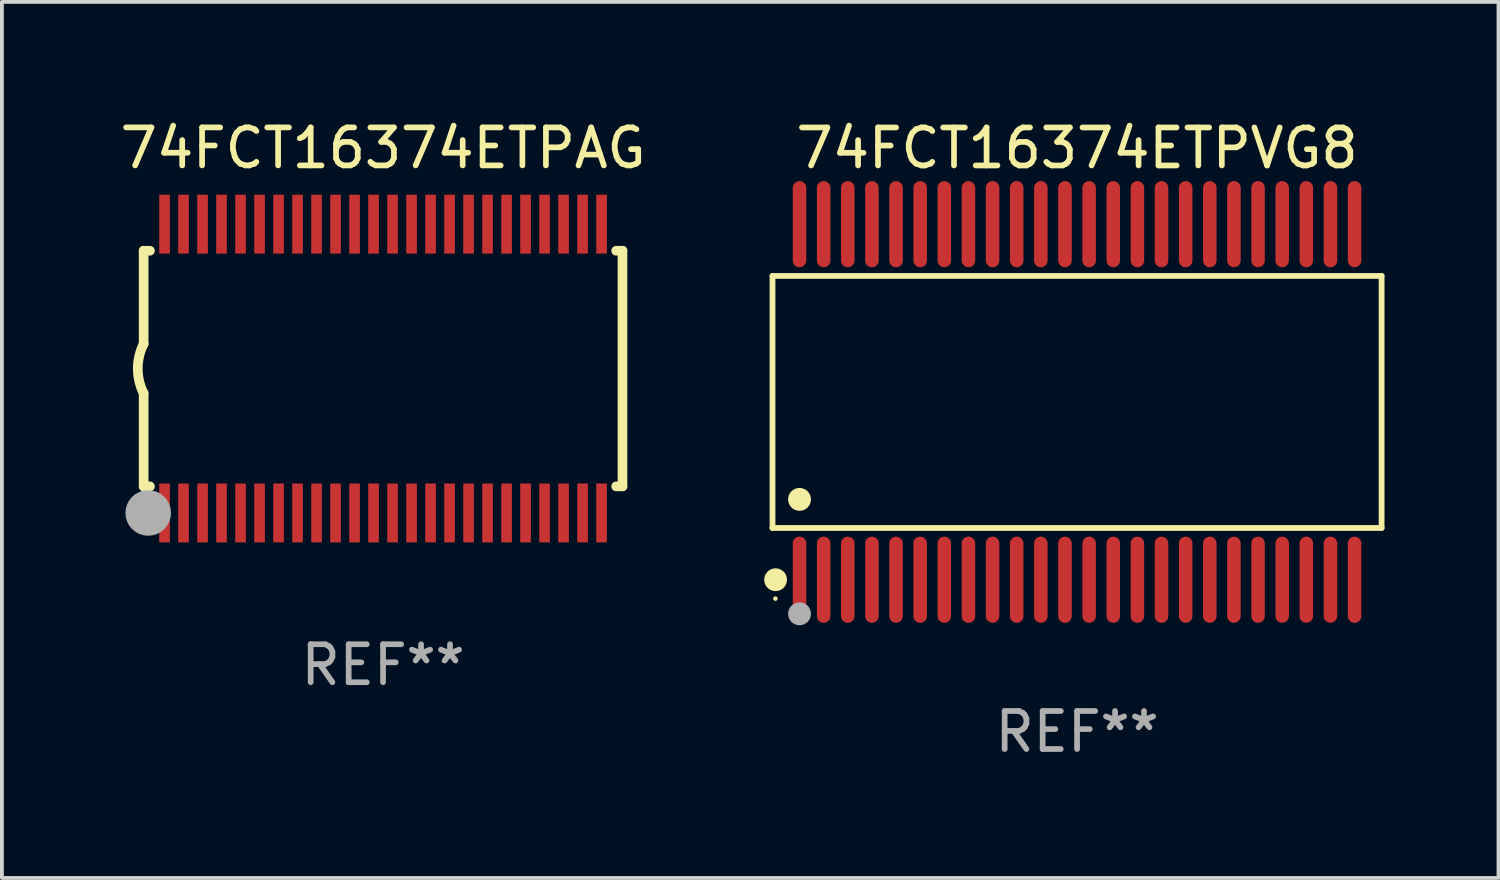
<source format=kicad_pcb>
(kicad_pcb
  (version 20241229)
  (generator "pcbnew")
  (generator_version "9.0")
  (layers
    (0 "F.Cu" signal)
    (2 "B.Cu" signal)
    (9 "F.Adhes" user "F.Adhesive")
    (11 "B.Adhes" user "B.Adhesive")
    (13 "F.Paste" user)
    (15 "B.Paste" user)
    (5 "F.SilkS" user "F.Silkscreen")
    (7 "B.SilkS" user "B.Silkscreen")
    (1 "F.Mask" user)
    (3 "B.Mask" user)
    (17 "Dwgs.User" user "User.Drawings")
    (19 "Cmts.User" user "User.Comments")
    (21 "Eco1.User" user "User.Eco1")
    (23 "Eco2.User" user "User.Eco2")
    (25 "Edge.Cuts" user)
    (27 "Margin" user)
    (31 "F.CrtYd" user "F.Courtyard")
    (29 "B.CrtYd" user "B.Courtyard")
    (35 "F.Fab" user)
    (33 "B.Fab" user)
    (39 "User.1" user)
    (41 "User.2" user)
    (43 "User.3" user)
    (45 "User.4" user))
  (footprint "74FCT16374ETPAG"
    (layer "F.Cu")
    (at 7.03 6.648)
    (property "Reference" "74FCT16374ETPAG" (at 0 -5.8 0) (layer "F.SilkS") (effects (font (size 1 1) (thickness 0.15))))
    (attr through_hole)
    (fp_line (start -6.3 -3.1) (end -6.3 -0.65) (stroke (width 0.254) (type solid)) (layer "F.SilkS"))
    (fp_line (start -6.3 -3.1) (end -6.134 -3.1) (stroke (width 0.254) (type solid)) (layer "F.SilkS"))
    (fp_line (start -6.3 3.1) (end -6.3 0.65) (stroke (width 0.254) (type solid)) (layer "F.SilkS"))
    (fp_line (start -6.3 3.1) (end -6.134 3.1) (stroke (width 0.254) (type solid)) (layer "F.SilkS"))
    (fp_line (start 6.134 -3.1) (end 6.3 -3.1) (stroke (width 0.254) (type solid)) (layer "F.SilkS"))
    (fp_line (start 6.134 3.1) (end 6.3 3.1) (stroke (width 0.254) (type solid)) (layer "F.SilkS"))
    (fp_line (start 6.3 -3.1) (end 6.3 3.1) (stroke (width 0.254) (type solid)) (layer "F.SilkS"))
    (fp_arc (start -6.301016 0.650114) (mid -6.45413 -0.000082) (end -6.3 -0.650038) (stroke (width 0.254001) (type solid)) (layer "F.SilkS"))
    (fp_circle (center -6.35 3.81) (end -6.223 3.81) (stroke (width 0.254) (type solid)) (fill no) (layer "F.SilkS"))
    (fp_circle (center -6.25 4.05) (end -6.22 4.05) (stroke (width 0.06) (type solid)) (fill no) (layer "F.SilkS"))
    (fp_circle (center -6.18 3.8) (end -5.88 3.8) (stroke (width 0.6) (type solid)) (fill no) (layer "F.Fab"))
    (fp_text user "REF**" (at 0 7.8 0) (layer "F.Fab") (effects (font (size 1 1) (thickness 0.15))))
    (pad "1" smd rect (at -5.75 3.8) (size 0.28 1.55) (layers "F.Cu" "F.Mask" "F.Paste"))
    (pad "2" smd rect (at -5.25 3.8) (size 0.28 1.55) (layers "F.Cu" "F.Mask" "F.Paste"))
    (pad "3" smd rect (at -4.75 3.8) (size 0.28 1.55) (layers "F.Cu" "F.Mask" "F.Paste"))
    (pad "4" smd rect (at -4.25 3.8) (size 0.28 1.55) (layers "F.Cu" "F.Mask" "F.Paste"))
    (pad "5" smd rect (at -3.75 3.8) (size 0.28 1.55) (layers "F.Cu" "F.Mask" "F.Paste"))
    (pad "6" smd rect (at -3.25 3.8) (size 0.28 1.55) (layers "F.Cu" "F.Mask" "F.Paste"))
    (pad "7" smd rect (at -2.75 3.8) (size 0.28 1.55) (layers "F.Cu" "F.Mask" "F.Paste"))
    (pad "8" smd rect (at -2.25 3.8) (size 0.28 1.55) (layers "F.Cu" "F.Mask" "F.Paste"))
    (pad "9" smd rect (at -1.75 3.8) (size 0.28 1.55) (layers "F.Cu" "F.Mask" "F.Paste"))
    (pad "10" smd rect (at -1.25 3.8) (size 0.28 1.55) (layers "F.Cu" "F.Mask" "F.Paste"))
    (pad "11" smd rect (at -0.75 3.8) (size 0.28 1.55) (layers "F.Cu" "F.Mask" "F.Paste"))
    (pad "12" smd rect (at -0.25 3.8) (size 0.28 1.55) (layers "F.Cu" "F.Mask" "F.Paste"))
    (pad "13" smd rect (at 0.25 3.8) (size 0.28 1.55) (layers "F.Cu" "F.Mask" "F.Paste"))
    (pad "14" smd rect (at 0.75 3.8) (size 0.28 1.55) (layers "F.Cu" "F.Mask" "F.Paste"))
    (pad "15" smd rect (at 1.25 3.8) (size 0.28 1.55) (layers "F.Cu" "F.Mask" "F.Paste"))
    (pad "16" smd rect (at 1.75 3.8) (size 0.28 1.55) (layers "F.Cu" "F.Mask" "F.Paste"))
    (pad "17" smd rect (at 2.25 3.8) (size 0.28 1.55) (layers "F.Cu" "F.Mask" "F.Paste"))
    (pad "18" smd rect (at 2.75 3.8) (size 0.28 1.55) (layers "F.Cu" "F.Mask" "F.Paste"))
    (pad "19" smd rect (at 3.25 3.8) (size 0.28 1.55) (layers "F.Cu" "F.Mask" "F.Paste"))
    (pad "20" smd rect (at 3.75 3.8) (size 0.28 1.55) (layers "F.Cu" "F.Mask" "F.Paste"))
    (pad "21" smd rect (at 4.25 3.8) (size 0.28 1.55) (layers "F.Cu" "F.Mask" "F.Paste"))
    (pad "22" smd rect (at 4.75 3.8) (size 0.28 1.55) (layers "F.Cu" "F.Mask" "F.Paste"))
    (pad "23" smd rect (at 5.25 3.8) (size 0.28 1.55) (layers "F.Cu" "F.Mask" "F.Paste"))
    (pad "24" smd rect (at 5.75 3.8) (size 0.28 1.55) (layers "F.Cu" "F.Mask" "F.Paste"))
    (pad "25" smd rect (at 5.75 -3.8) (size 0.28 1.55) (layers "F.Cu" "F.Mask" "F.Paste"))
    (pad "26" smd rect (at 5.25 -3.8) (size 0.28 1.55) (layers "F.Cu" "F.Mask" "F.Paste"))
    (pad "27" smd rect (at 4.75 -3.8) (size 0.28 1.55) (layers "F.Cu" "F.Mask" "F.Paste"))
    (pad "28" smd rect (at 4.25 -3.8) (size 0.28 1.55) (layers "F.Cu" "F.Mask" "F.Paste"))
    (pad "29" smd rect (at 3.75 -3.8) (size 0.28 1.55) (layers "F.Cu" "F.Mask" "F.Paste"))
    (pad "30" smd rect (at 3.25 -3.8) (size 0.28 1.55) (layers "F.Cu" "F.Mask" "F.Paste"))
    (pad "31" smd rect (at 2.75 -3.8) (size 0.28 1.55) (layers "F.Cu" "F.Mask" "F.Paste"))
    (pad "32" smd rect (at 2.25 -3.8) (size 0.28 1.55) (layers "F.Cu" "F.Mask" "F.Paste"))
    (pad "33" smd rect (at 1.75 -3.8) (size 0.28 1.55) (layers "F.Cu" "F.Mask" "F.Paste"))
    (pad "34" smd rect (at 1.25 -3.8) (size 0.28 1.55) (layers "F.Cu" "F.Mask" "F.Paste"))
    (pad "35" smd rect (at 0.75 -3.8) (size 0.28 1.55) (layers "F.Cu" "F.Mask" "F.Paste"))
    (pad "36" smd rect (at 0.25 -3.8) (size 0.28 1.55) (layers "F.Cu" "F.Mask" "F.Paste"))
    (pad "37" smd rect (at -0.25 -3.8) (size 0.28 1.55) (layers "F.Cu" "F.Mask" "F.Paste"))
    (pad "38" smd rect (at -0.75 -3.8) (size 0.28 1.55) (layers "F.Cu" "F.Mask" "F.Paste"))
    (pad "39" smd rect (at -1.25 -3.8) (size 0.28 1.55) (layers "F.Cu" "F.Mask" "F.Paste"))
    (pad "40" smd rect (at -1.75 -3.8) (size 0.28 1.55) (layers "F.Cu" "F.Mask" "F.Paste"))
    (pad "41" smd rect (at -2.25 -3.8) (size 0.28 1.55) (layers "F.Cu" "F.Mask" "F.Paste"))
    (pad "42" smd rect (at -2.75 -3.8) (size 0.28 1.55) (layers "F.Cu" "F.Mask" "F.Paste"))
    (pad "43" smd rect (at -3.25 -3.8) (size 0.28 1.55) (layers "F.Cu" "F.Mask" "F.Paste"))
    (pad "44" smd rect (at -3.75 -3.8) (size 0.28 1.55) (layers "F.Cu" "F.Mask" "F.Paste"))
    (pad "45" smd rect (at -4.25 -3.8) (size 0.28 1.55) (layers "F.Cu" "F.Mask" "F.Paste"))
    (pad "46" smd rect (at -4.75 -3.8) (size 0.28 1.55) (layers "F.Cu" "F.Mask" "F.Paste"))
    (pad "47" smd rect (at -5.25 -3.8) (size 0.28 1.55) (layers "F.Cu" "F.Mask" "F.Paste"))
    (pad "48" smd rect (at -5.75 -3.8) (size 0.28 1.55) (layers "F.Cu" "F.Mask" "F.Paste")))
  (footprint "74FCT16374ETPVG8"
    (layer "F.Cu")
    (at 25.292 7.527)
    (property "Reference" "74FCT16374ETPVG8" (at 0 -6.678 0) (layer "F.SilkS") (effects (font (size 1 1) (thickness 0.15))))
    (attr through_hole)
    (fp_line (start -8.014 -3.316) (end 8.014 -3.316) (stroke (width 0.152) (type solid)) (layer "F.SilkS"))
    (fp_line (start -8.014 3.316) (end -8.014 -3.316) (stroke (width 0.152) (type solid)) (layer "F.SilkS"))
    (fp_line (start 8.014 -3.316) (end 8.014 3.316) (stroke (width 0.152) (type solid)) (layer "F.SilkS"))
    (fp_line (start 8.014 3.316) (end -8.014 3.316) (stroke (width 0.152) (type solid)) (layer "F.SilkS"))
    (fp_circle (center -7.938 5.175) (end -7.908 5.175) (stroke (width 0.06) (type solid)) (fill no) (layer "F.SilkS"))
    (fp_circle (center -7.933 4.678) (end -7.783 4.678) (stroke (width 0.3) (type solid)) (fill no) (layer "F.SilkS"))
    (fp_circle (center -7.303 2.564) (end -7.152 2.564) (stroke (width 0.3) (type solid)) (fill no) (layer "F.SilkS"))
    (fp_circle (center -7.303 5.575) (end -7.152 5.575) (stroke (width 0.3) (type solid)) (fill no) (layer "F.Fab"))
    (fp_text user "REF**" (at 0 8.678 0) (layer "F.Fab") (effects (font (size 1 1) (thickness 0.15))))
    (pad "1" smd oval (at -7.303 4.678) (size 0.356 2.267) (layers "F.Cu" "F.Mask" "F.Paste"))
    (pad "2" smd oval (at -6.668 4.678) (size 0.356 2.267) (layers "F.Cu" "F.Mask" "F.Paste"))
    (pad "3" smd oval (at -6.033 4.678) (size 0.356 2.267) (layers "F.Cu" "F.Mask" "F.Paste"))
    (pad "4" smd oval (at -5.398 4.678) (size 0.356 2.267) (layers "F.Cu" "F.Mask" "F.Paste"))
    (pad "5" smd oval (at -4.763 4.678) (size 0.356 2.267) (layers "F.Cu" "F.Mask" "F.Paste"))
    (pad "6" smd oval (at -4.128 4.678) (size 0.356 2.267) (layers "F.Cu" "F.Mask" "F.Paste"))
    (pad "7" smd oval (at -3.493 4.678) (size 0.356 2.267) (layers "F.Cu" "F.Mask" "F.Paste"))
    (pad "8" smd oval (at -2.858 4.678) (size 0.356 2.267) (layers "F.Cu" "F.Mask" "F.Paste"))
    (pad "9" smd oval (at -2.223 4.678) (size 0.356 2.267) (layers "F.Cu" "F.Mask" "F.Paste"))
    (pad "10" smd oval (at -1.588 4.678) (size 0.356 2.267) (layers "F.Cu" "F.Mask" "F.Paste"))
    (pad "11" smd oval (at -0.953 4.678) (size 0.356 2.267) (layers "F.Cu" "F.Mask" "F.Paste"))
    (pad "12" smd oval (at -0.318 4.678) (size 0.356 2.267) (layers "F.Cu" "F.Mask" "F.Paste"))
    (pad "13" smd oval (at 0.318 4.678) (size 0.356 2.267) (layers "F.Cu" "F.Mask" "F.Paste"))
    (pad "14" smd oval (at 0.953 4.678) (size 0.356 2.267) (layers "F.Cu" "F.Mask" "F.Paste"))
    (pad "15" smd oval (at 1.588 4.678) (size 0.356 2.267) (layers "F.Cu" "F.Mask" "F.Paste"))
    (pad "16" smd oval (at 2.223 4.678) (size 0.356 2.267) (layers "F.Cu" "F.Mask" "F.Paste"))
    (pad "17" smd oval (at 2.858 4.678) (size 0.356 2.267) (layers "F.Cu" "F.Mask" "F.Paste"))
    (pad "18" smd oval (at 3.493 4.678) (size 0.356 2.267) (layers "F.Cu" "F.Mask" "F.Paste"))
    (pad "19" smd oval (at 4.128 4.678) (size 0.356 2.267) (layers "F.Cu" "F.Mask" "F.Paste"))
    (pad "20" smd oval (at 4.763 4.678) (size 0.356 2.267) (layers "F.Cu" "F.Mask" "F.Paste"))
    (pad "21" smd oval (at 5.398 4.678) (size 0.356 2.267) (layers "F.Cu" "F.Mask" "F.Paste"))
    (pad "22" smd oval (at 6.033 4.678) (size 0.356 2.267) (layers "F.Cu" "F.Mask" "F.Paste"))
    (pad "23" smd oval (at 6.668 4.678) (size 0.356 2.267) (layers "F.Cu" "F.Mask" "F.Paste"))
    (pad "24" smd oval (at 7.303 4.678) (size 0.356 2.267) (layers "F.Cu" "F.Mask" "F.Paste"))
    (pad "25" smd oval (at 7.303 -4.678) (size 0.356 2.267) (layers "F.Cu" "F.Mask" "F.Paste"))
    (pad "26" smd oval (at 6.668 -4.678) (size 0.356 2.267) (layers "F.Cu" "F.Mask" "F.Paste"))
    (pad "27" smd oval (at 6.033 -4.678) (size 0.356 2.267) (layers "F.Cu" "F.Mask" "F.Paste"))
    (pad "28" smd oval (at 5.398 -4.678) (size 0.356 2.267) (layers "F.Cu" "F.Mask" "F.Paste"))
    (pad "29" smd oval (at 4.763 -4.678) (size 0.356 2.267) (layers "F.Cu" "F.Mask" "F.Paste"))
    (pad "30" smd oval (at 4.128 -4.678) (size 0.356 2.267) (layers "F.Cu" "F.Mask" "F.Paste"))
    (pad "31" smd oval (at 3.493 -4.678) (size 0.356 2.267) (layers "F.Cu" "F.Mask" "F.Paste"))
    (pad "32" smd oval (at 2.858 -4.678) (size 0.356 2.267) (layers "F.Cu" "F.Mask" "F.Paste"))
    (pad "33" smd oval (at 2.223 -4.678) (size 0.356 2.267) (layers "F.Cu" "F.Mask" "F.Paste"))
    (pad "34" smd oval (at 1.588 -4.678) (size 0.356 2.267) (layers "F.Cu" "F.Mask" "F.Paste"))
    (pad "35" smd oval (at 0.953 -4.678) (size 0.356 2.267) (layers "F.Cu" "F.Mask" "F.Paste"))
    (pad "36" smd oval (at 0.318 -4.678) (size 0.356 2.267) (layers "F.Cu" "F.Mask" "F.Paste"))
    (pad "37" smd oval (at -0.318 -4.678) (size 0.356 2.267) (layers "F.Cu" "F.Mask" "F.Paste"))
    (pad "38" smd oval (at -0.953 -4.678) (size 0.356 2.267) (layers "F.Cu" "F.Mask" "F.Paste"))
    (pad "39" smd oval (at -1.588 -4.678) (size 0.356 2.267) (layers "F.Cu" "F.Mask" "F.Paste"))
    (pad "40" smd oval (at -2.223 -4.678) (size 0.356 2.267) (layers "F.Cu" "F.Mask" "F.Paste"))
    (pad "41" smd oval (at -2.858 -4.678) (size 0.356 2.267) (layers "F.Cu" "F.Mask" "F.Paste"))
    (pad "42" smd oval (at -3.493 -4.678) (size 0.356 2.267) (layers "F.Cu" "F.Mask" "F.Paste"))
    (pad "43" smd oval (at -4.128 -4.678) (size 0.356 2.267) (layers "F.Cu" "F.Mask" "F.Paste"))
    (pad "44" smd oval (at -4.763 -4.678) (size 0.356 2.267) (layers "F.Cu" "F.Mask" "F.Paste"))
    (pad "45" smd oval (at -5.398 -4.678) (size 0.356 2.267) (layers "F.Cu" "F.Mask" "F.Paste"))
    (pad "46" smd oval (at -6.033 -4.678) (size 0.356 2.267) (layers "F.Cu" "F.Mask" "F.Paste"))
    (pad "47" smd oval (at -6.668 -4.678) (size 0.356 2.267) (layers "F.Cu" "F.Mask" "F.Paste"))
    (pad "48" smd oval (at -7.303 -4.678) (size 0.356 2.267) (layers "F.Cu" "F.Mask" "F.Paste")))
  (gr_rect
    (start -3 -3)
    (end 36.382 20.053)
    (stroke (width 0.1) (type default))
    (fill no)
    (layer "Edge.Cuts")))
</source>
